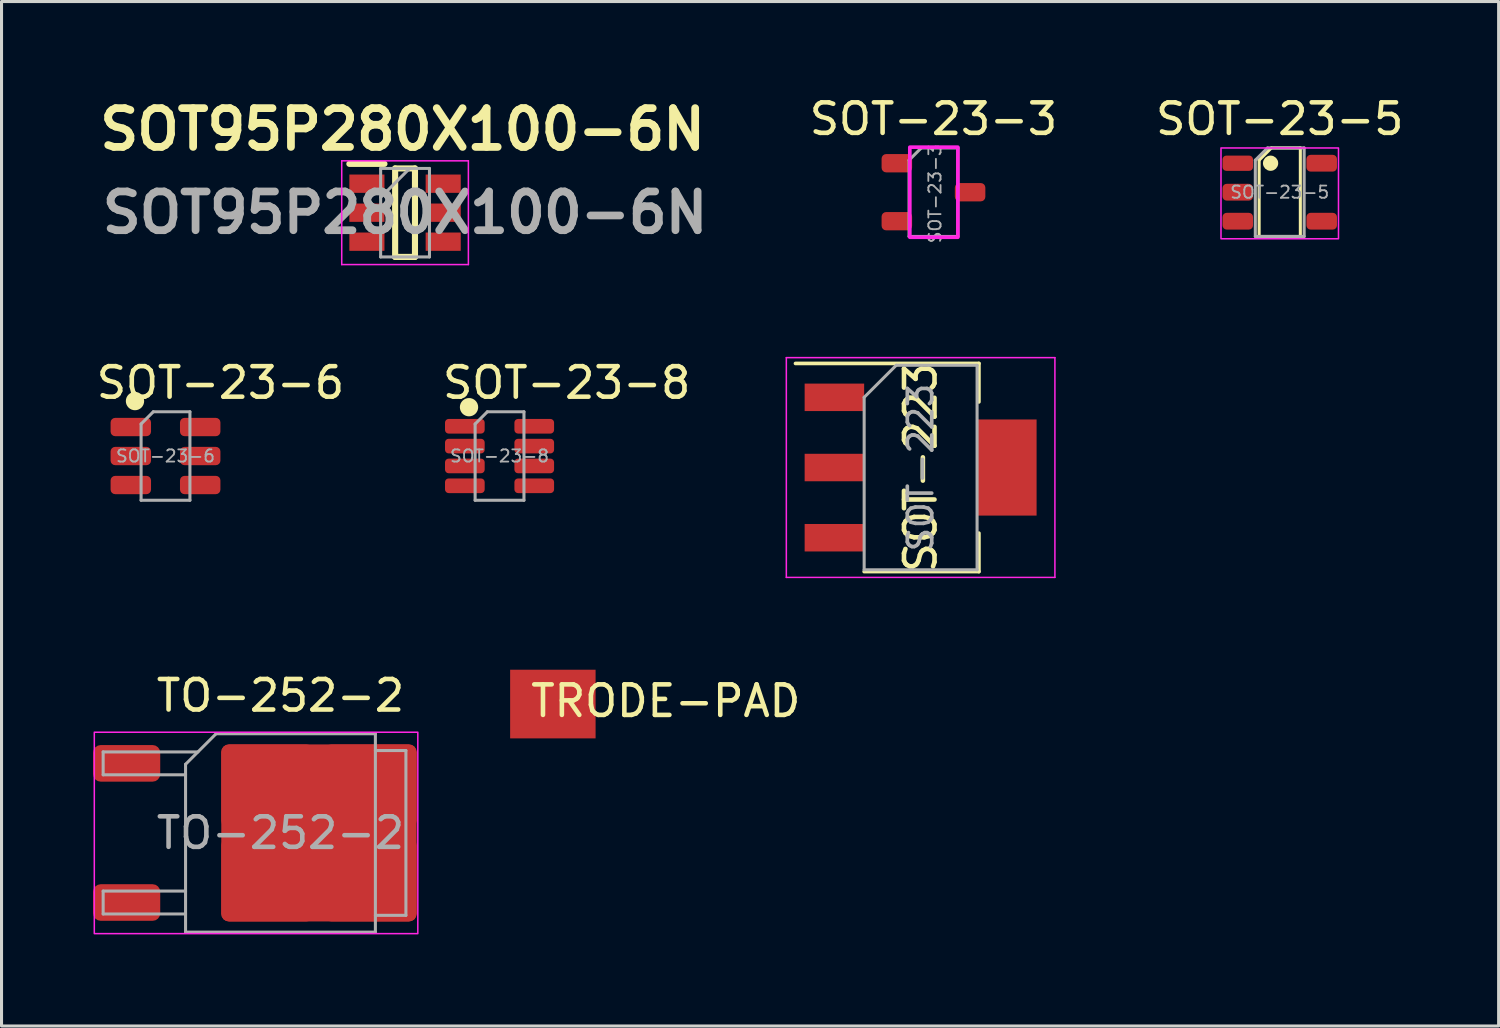
<source format=kicad_pcb>
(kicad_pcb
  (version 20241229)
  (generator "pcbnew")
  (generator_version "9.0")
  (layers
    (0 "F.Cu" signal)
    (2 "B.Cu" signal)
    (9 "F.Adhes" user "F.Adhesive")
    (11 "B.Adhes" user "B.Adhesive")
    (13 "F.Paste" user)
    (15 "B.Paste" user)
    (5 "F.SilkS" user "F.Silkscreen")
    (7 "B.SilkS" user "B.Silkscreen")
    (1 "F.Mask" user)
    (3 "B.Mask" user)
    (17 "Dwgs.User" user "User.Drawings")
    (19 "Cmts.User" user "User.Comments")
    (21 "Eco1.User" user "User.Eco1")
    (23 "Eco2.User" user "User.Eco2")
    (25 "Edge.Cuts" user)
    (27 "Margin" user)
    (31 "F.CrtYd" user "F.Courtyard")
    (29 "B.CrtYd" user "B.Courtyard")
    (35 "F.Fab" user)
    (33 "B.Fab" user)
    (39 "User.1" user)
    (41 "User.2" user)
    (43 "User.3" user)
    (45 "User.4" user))
  (footprint "TRODE-PAD"
    (layer "F.Cu")
    (at 15.065 20.019)
    (property "Reference" "TRODE-PAD" (at 3.7 -0.1 0) (unlocked yes) (layer "F.SilkS") (effects (font (size 1 1) (thickness 0.15))))
    (attr smd)
    (pad "1" smd rect (at 0 0) (size 2.8 2.25) (layers "F.Cu" "F.Mask" "F.Paste")))
  (footprint "SOT-23-6"
    (layer "F.Cu")
    (at 2.373 11.892)
    (property "Reference" "SOT-23-6" (at 1.8 -2.4 0) (layer "F.SilkS") (effects (font (size 1 1) (thickness 0.15))))
    (attr smd)
    (fp_circle (center -1 -1.8) (end -0.85 -1.8) (stroke (width 0.3) (type solid)) (fill no) (layer "F.SilkS"))
    (fp_line (start -0.8 -1.05) (end -0.4 -1.45) (stroke (width 0.1) (type solid)) (layer "F.Fab"))
    (fp_line (start -0.8 1.45) (end -0.8 -1.05) (stroke (width 0.1) (type solid)) (layer "F.Fab"))
    (fp_line (start -0.4 -1.45) (end 0.8 -1.45) (stroke (width 0.1) (type solid)) (layer "F.Fab"))
    (fp_line (start 0.8 -1.45) (end 0.8 1.45) (stroke (width 0.1) (type solid)) (layer "F.Fab"))
    (fp_line (start 0.8 1.45) (end -0.8 1.45) (stroke (width 0.1) (type solid)) (layer "F.Fab"))
    (fp_text user "${REFERENCE}" (at 0 0 0) (layer "F.Fab") (effects (font (size 0.4 0.4) (thickness 0.06))))
    (pad "1" smd roundrect (at -1.137 -0.95) (size 1.325 0.6) (layers "F.Cu" "F.Mask" "F.Paste") (roundrect_rratio 0.25))
    (pad "2" smd roundrect (at -1.137 0) (size 1.325 0.6) (layers "F.Cu" "F.Mask" "F.Paste") (roundrect_rratio 0.25))
    (pad "3" smd roundrect (at -1.137 0.95) (size 1.325 0.6) (layers "F.Cu" "F.Mask" "F.Paste") (roundrect_rratio 0.25))
    (pad "4" smd roundrect (at 1.137 0.95) (size 1.325 0.6) (layers "F.Cu" "F.Mask" "F.Paste") (roundrect_rratio 0.25))
    (pad "5" smd roundrect (at 1.137 0) (size 1.325 0.6) (layers "F.Cu" "F.Mask" "F.Paste") (roundrect_rratio 0.25))
    (pad "6" smd roundrect (at 1.137 -0.95) (size 1.325 0.6) (layers "F.Cu" "F.Mask" "F.Paste") (roundrect_rratio 0.25)))
  (footprint "SOT-223"
    (layer "F.Cu")
    (at 27.115 12.269)
    (property "Reference" "SOT-223" (at 0 0 90) (layer "F.SilkS") (effects (font (size 1 1) (thickness 0.15))))
    (attr smd)
    (fp_line (start -4.1 -3.41) (end 1.91 -3.41) (stroke (width 0.12) (type solid)) (layer "F.SilkS"))
    (fp_line (start -1.85 3.41) (end 1.91 3.41) (stroke (width 0.12) (type solid)) (layer "F.SilkS"))
    (fp_line (start 1.91 -3.41) (end 1.91 -2.15) (stroke (width 0.12) (type solid)) (layer "F.SilkS"))
    (fp_line (start 1.91 3.41) (end 1.91 2.15) (stroke (width 0.12) (type solid)) (layer "F.SilkS"))
    (fp_line (start -4.4 -3.6) (end -4.4 3.6) (stroke (width 0.05) (type solid)) (layer "F.CrtYd"))
    (fp_line (start -4.4 3.6) (end 4.4 3.6) (stroke (width 0.05) (type solid)) (layer "F.CrtYd"))
    (fp_line (start 4.4 -3.6) (end -4.4 -3.6) (stroke (width 0.05) (type solid)) (layer "F.CrtYd"))
    (fp_line (start 4.4 3.6) (end 4.4 -3.6) (stroke (width 0.05) (type solid)) (layer "F.CrtYd"))
    (fp_line (start -1.85 -2.3) (end -1.85 3.35) (stroke (width 0.1) (type solid)) (layer "F.Fab"))
    (fp_line (start -1.85 -2.3) (end -0.8 -3.35) (stroke (width 0.1) (type solid)) (layer "F.Fab"))
    (fp_line (start -1.85 3.35) (end 1.85 3.35) (stroke (width 0.1) (type solid)) (layer "F.Fab"))
    (fp_line (start -0.8 -3.35) (end 1.85 -3.35) (stroke (width 0.1) (type solid)) (layer "F.Fab"))
    (fp_line (start 1.85 -3.35) (end 1.85 3.35) (stroke (width 0.1) (type solid)) (layer "F.Fab"))
    (fp_text user "${REFERENCE}" (at 0 0 90) (layer "F.Fab") (effects (font (size 0.8 0.8) (thickness 0.12))))
    (pad "1" smd rect (at -2.825 -2.3) (size 1.95 0.9) (layers "F.Cu" "F.Mask" "F.Paste"))
    (pad "2" smd rect (at -2.825 0) (size 1.95 0.9) (layers "F.Cu" "F.Mask" "F.Paste"))
    (pad "2" smd rect (at 2.825 0) (size 1.95 3.15) (layers "F.Cu" "F.Mask" "F.Paste"))
    (pad "3" smd rect (at -2.825 2.3) (size 1.95 0.9) (layers "F.Cu" "F.Mask" "F.Paste")))
  (footprint "SOT95P280X100-6N"
    (layer "F.Cu")
    (at 10.222 3.919)
    (property "Reference" "SOT95P280X100-6N" (at -0.08 -2.73 0) (layer "F.SilkS") (effects (font (size 1.27 1.27) (thickness 0.254))))
    (attr smd)
    (fp_line (start -1.825 -1.6) (end -0.675 -1.6) (stroke (width 0.2) (type solid)) (layer "F.SilkS"))
    (fp_line (start -0.325 -1.45) (end 0.325 -1.45) (stroke (width 0.2) (type solid)) (layer "F.SilkS"))
    (fp_line (start -0.325 1.45) (end -0.325 -1.45) (stroke (width 0.2) (type solid)) (layer "F.SilkS"))
    (fp_line (start 0.325 -1.45) (end 0.325 1.45) (stroke (width 0.2) (type solid)) (layer "F.SilkS"))
    (fp_line (start 0.325 1.45) (end -0.325 1.45) (stroke (width 0.2) (type solid)) (layer "F.SilkS"))
    (fp_line (start -2.075 -1.7) (end 2.075 -1.7) (stroke (width 0.05) (type solid)) (layer "F.CrtYd"))
    (fp_line (start -2.075 1.7) (end -2.075 -1.7) (stroke (width 0.05) (type solid)) (layer "F.CrtYd"))
    (fp_line (start 2.075 -1.7) (end 2.075 1.7) (stroke (width 0.05) (type solid)) (layer "F.CrtYd"))
    (fp_line (start 2.075 1.7) (end -2.075 1.7) (stroke (width 0.05) (type solid)) (layer "F.CrtYd"))
    (fp_line (start -0.8 -1.45) (end 0.8 -1.45) (stroke (width 0.1) (type solid)) (layer "F.Fab"))
    (fp_line (start -0.8 -0.5) (end 0.15 -1.45) (stroke (width 0.1) (type solid)) (layer "F.Fab"))
    (fp_line (start -0.8 1.45) (end -0.8 -1.45) (stroke (width 0.1) (type solid)) (layer "F.Fab"))
    (fp_line (start 0.8 -1.45) (end 0.8 1.45) (stroke (width 0.1) (type solid)) (layer "F.Fab"))
    (fp_line (start 0.8 1.45) (end -0.8 1.45) (stroke (width 0.1) (type solid)) (layer "F.Fab"))
    (fp_text user "${REFERENCE}" (at 0 0 0) (layer "F.Fab") (effects (font (size 1.27 1.27) (thickness 0.254))))
    (pad "1" smd rect (at -1.25 -0.95 90) (size 0.6 1.15) (layers "F.Cu" "F.Mask" "F.Paste"))
    (pad "2" smd rect (at -1.25 0 90) (size 0.6 1.15) (layers "F.Cu" "F.Mask" "F.Paste"))
    (pad "3" smd rect (at -1.25 0.95 90) (size 0.6 1.15) (layers "F.Cu" "F.Mask" "F.Paste"))
    (pad "4" smd rect (at 1.25 0.95 90) (size 0.6 1.15) (layers "F.Cu" "F.Mask" "F.Paste"))
    (pad "5" smd rect (at 1.25 0 90) (size 0.6 1.15) (layers "F.Cu" "F.Mask" "F.Paste"))
    (pad "6" smd rect (at 1.25 -0.95 90) (size 0.6 1.15) (layers "F.Cu" "F.Mask" "F.Paste")))
  (footprint "TO-252-2"
    (layer "F.Cu")
    (at 6.14 24.242)
    (property "Reference" "TO-252-2" (at 0 -4.5 0) (layer "F.SilkS") (effects (font (size 1 1) (thickness 0.15))))
    (attr smd)
    (fp_rect (start -6.1 -3.3) (end 4.5 3.3) (stroke (width 0.05) (type default)) (fill no) (layer "F.CrtYd"))
    (fp_line (start -5.81 -2.655) (end -5.81 -1.905) (stroke (width 0.1) (type solid)) (layer "F.Fab"))
    (fp_line (start -5.81 -1.905) (end -3.11 -1.905) (stroke (width 0.1) (type solid)) (layer "F.Fab"))
    (fp_line (start -5.81 1.905) (end -5.81 2.655) (stroke (width 0.1) (type solid)) (layer "F.Fab"))
    (fp_line (start -5.81 2.655) (end -3.11 2.655) (stroke (width 0.1) (type solid)) (layer "F.Fab"))
    (fp_line (start -3.11 -2.25) (end -2.11 -3.25) (stroke (width 0.1) (type solid)) (layer "F.Fab"))
    (fp_line (start -3.11 1.905) (end -5.81 1.905) (stroke (width 0.1) (type solid)) (layer "F.Fab"))
    (fp_line (start -3.11 3.25) (end -3.11 -2.25) (stroke (width 0.1) (type solid)) (layer "F.Fab"))
    (fp_line (start -2.705 -2.655) (end -5.81 -2.655) (stroke (width 0.1) (type solid)) (layer "F.Fab"))
    (fp_line (start -2.11 -3.25) (end 3.11 -3.25) (stroke (width 0.1) (type solid)) (layer "F.Fab"))
    (fp_line (start 3.11 -3.25) (end 3.11 3.25) (stroke (width 0.1) (type solid)) (layer "F.Fab"))
    (fp_line (start 3.11 -2.7) (end 4.11 -2.7) (stroke (width 0.1) (type solid)) (layer "F.Fab"))
    (fp_line (start 3.11 3.25) (end -3.11 3.25) (stroke (width 0.1) (type solid)) (layer "F.Fab"))
    (fp_line (start 4.11 -2.7) (end 4.11 2.7) (stroke (width 0.1) (type solid)) (layer "F.Fab"))
    (fp_line (start 4.11 2.7) (end 3.11 2.7) (stroke (width 0.1) (type solid)) (layer "F.Fab"))
    (fp_text user "${REFERENCE}" (at 0 0 0) (layer "F.Fab") (effects (font (size 1 1) (thickness 0.15))))
    (pad "1" smd roundrect (at -5.04 -2.28) (size 2.2 1.2) (layers "F.Cu" "F.Mask" "F.Paste") (roundrect_rratio 0.208))
    (pad "2" smd roundrect (at -0.415 -1.525) (size 3.05 2.75) (layers "F.Cu" "F.Paste") (roundrect_rratio 0.091))
    (pad "2" smd roundrect (at -0.415 1.525) (size 3.05 2.75) (layers "F.Cu" "F.Paste") (roundrect_rratio 0.091))
    (pad "2" smd roundrect (at 1.26 0) (size 6.4 5.8) (layers "F.Cu" "F.Mask") (roundrect_rratio 0.043))
    (pad "2" smd roundrect (at 2.935 -1.525) (size 3.05 2.75) (layers "F.Cu" "F.Paste") (roundrect_rratio 0.091))
    (pad "2" smd roundrect (at 2.935 1.525) (size 3.05 2.75) (layers "F.Cu" "F.Paste") (roundrect_rratio 0.091))
    (pad "3" smd roundrect (at -5.04 2.28) (size 2.2 1.2) (layers "F.Cu" "F.Mask" "F.Paste") (roundrect_rratio 0.208)))
  (footprint "SOT-23-5"
    (layer "F.Cu")
    (at 38.882 3.248)
    (property "Reference" "SOT-23-5" (at 0 -2.4 0) (layer "F.SilkS") (effects (font (size 1 1) (thickness 0.15))))
    (attr smd)
    (fp_line (start -0.675 -1.05) (end -0.275 -1.45) (stroke (width 0.1) (type solid)) (layer "F.SilkS"))
    (fp_line (start -0.675 1.45) (end -0.675 -1.05) (stroke (width 0.1) (type solid)) (layer "F.SilkS"))
    (fp_line (start -0.275 -1.45) (end 0.675 -1.45) (stroke (width 0.1) (type solid)) (layer "F.SilkS"))
    (fp_line (start 0.675 -1.45) (end 0.675 1.45) (stroke (width 0.1) (type solid)) (layer "F.SilkS"))
    (fp_line (start 0.675 1.45) (end -0.675 1.45) (stroke (width 0.1) (type solid)) (layer "F.SilkS"))
    (fp_circle (center -0.3 -0.95) (end -0.175 -0.95) (stroke (width 0.25) (type default)) (fill no) (layer "F.SilkS"))
    (fp_rect (start -1.925 -1.45) (end 1.925 1.525) (stroke (width 0.05) (type default)) (fill no) (layer "F.CrtYd"))
    (fp_line (start -0.8 -1.05) (end -0.4 -1.45) (stroke (width 0.1) (type solid)) (layer "F.Fab"))
    (fp_line (start -0.8 1.45) (end -0.8 -1.05) (stroke (width 0.1) (type solid)) (layer "F.Fab"))
    (fp_line (start -0.4 -1.45) (end 0.8 -1.45) (stroke (width 0.1) (type solid)) (layer "F.Fab"))
    (fp_line (start 0.8 -1.45) (end 0.8 1.45) (stroke (width 0.1) (type solid)) (layer "F.Fab"))
    (fp_line (start 0.8 1.45) (end -0.8 1.45) (stroke (width 0.1) (type solid)) (layer "F.Fab"))
    (fp_text user "${REFERENCE}" (at 0 0 0) (layer "F.Fab") (effects (font (size 0.4 0.4) (thickness 0.06))))
    (pad "1" smd roundrect (at -1.375 -0.95) (size 1 0.5) (layers "F.Cu" "F.Mask" "F.Paste") (roundrect_rratio 0.25))
    (pad "2" smd roundrect (at -1.375 0) (size 1 0.55) (layers "F.Cu" "F.Mask" "F.Paste") (roundrect_rratio 0.25))
    (pad "3" smd roundrect (at -1.375 0.95) (size 1 0.55) (layers "F.Cu" "F.Mask" "F.Paste") (roundrect_rratio 0.25))
    (pad "4" smd roundrect (at 1.375 0.95) (size 1 0.55) (layers "F.Cu" "F.Mask" "F.Paste") (roundrect_rratio 0.25))
    (pad "5" smd roundrect (at 1.375 -0.95) (size 1 0.55) (layers "F.Cu" "F.Mask" "F.Paste") (roundrect_rratio 0.25)))
  (footprint "SOT-23-8"
    (layer "F.Cu")
    (at 13.318 11.892)
    (property "Reference" "SOT-23-8" (at 2.2 -2.4 0) (layer "F.SilkS") (effects (font (size 1 1) (thickness 0.15))))
    (attr smd)
    (fp_circle (center -1 -1.6) (end -0.85 -1.6) (stroke (width 0.3) (type solid)) (fill no) (layer "F.SilkS"))
    (fp_line (start -0.8 -1.05) (end -0.4 -1.45) (stroke (width 0.1) (type solid)) (layer "F.Fab"))
    (fp_line (start -0.8 1.45) (end -0.8 -1.05) (stroke (width 0.1) (type solid)) (layer "F.Fab"))
    (fp_line (start -0.4 -1.45) (end 0.8 -1.45) (stroke (width 0.1) (type solid)) (layer "F.Fab"))
    (fp_line (start 0.8 -1.45) (end 0.8 1.45) (stroke (width 0.1) (type solid)) (layer "F.Fab"))
    (fp_line (start 0.8 1.45) (end -0.8 1.45) (stroke (width 0.1) (type solid)) (layer "F.Fab"))
    (fp_text user "${REFERENCE}" (at 0 0 0) (layer "F.Fab") (effects (font (size 0.4 0.4) (thickness 0.06))))
    (pad "1" smd roundrect (at -1.137 -0.975) (size 1.3 0.48) (layers "F.Cu" "F.Mask" "F.Paste") (roundrect_rratio 0.25))
    (pad "2" smd roundrect (at -1.137 -0.325) (size 1.3 0.48) (layers "F.Cu" "F.Mask" "F.Paste") (roundrect_rratio 0.25))
    (pad "3" smd roundrect (at -1.137 0.325) (size 1.3 0.48) (layers "F.Cu" "F.Mask" "F.Paste") (roundrect_rratio 0.25))
    (pad "4" smd roundrect (at -1.137 0.975) (size 1.3 0.48) (layers "F.Cu" "F.Mask" "F.Paste") (roundrect_rratio 0.25))
    (pad "5" smd roundrect (at 1.137 0.975) (size 1.3 0.48) (layers "F.Cu" "F.Mask" "F.Paste") (roundrect_rratio 0.25))
    (pad "6" smd roundrect (at 1.137 0.325) (size 1.3 0.48) (layers "F.Cu" "F.Mask" "F.Paste") (roundrect_rratio 0.25))
    (pad "7" smd roundrect (at 1.137 -0.325) (size 1.3 0.48) (layers "F.Cu" "F.Mask" "F.Paste") (roundrect_rratio 0.25))
    (pad "8" smd roundrect (at 1.137 -0.975) (size 1.3 0.48) (layers "F.Cu" "F.Mask" "F.Paste") (roundrect_rratio 0.25)))
  (footprint "SOT-23-3"
    (layer "F.Cu")
    (at 27.536 3.248)
    (property "Reference" "SOT-23-3" (at 0 -2.4 0) (layer "F.SilkS") (effects (font (size 1 1) (thickness 0.15))))
    (attr smd)
    (fp_rect (start -0.775 -1.475) (end 0.8 1.475) (stroke (width 0.12) (type default)) (fill no) (layer "F.CrtYd"))
    (fp_line (start -0.8 -1.05) (end -0.4 -1.45) (stroke (width 0.1) (type solid)) (layer "F.Fab"))
    (fp_line (start -0.8 1.45) (end -0.8 -1.05) (stroke (width 0.1) (type solid)) (layer "F.Fab"))
    (fp_line (start -0.4 -1.45) (end 0.8 -1.45) (stroke (width 0.1) (type solid)) (layer "F.Fab"))
    (fp_line (start 0.8 -1.45) (end 0.8 1.45) (stroke (width 0.1) (type solid)) (layer "F.Fab"))
    (fp_line (start 0.8 1.45) (end -0.8 1.45) (stroke (width 0.1) (type solid)) (layer "F.Fab"))
    (fp_text user "${REFERENCE}" (at 0.05 0.05 90) (layer "F.Fab") (effects (font (size 0.4 0.4) (thickness 0.06))))
    (pad "1" smd roundrect (at -1.2 -0.95) (size 1 0.6) (layers "F.Cu" "F.Mask" "F.Paste") (roundrect_rratio 0.25))
    (pad "2" smd roundrect (at -1.2 0.95) (size 1 0.6) (layers "F.Cu" "F.Mask" "F.Paste") (roundrect_rratio 0.25))
    (pad "3" smd roundrect (at 1.2 0) (size 1 0.6) (layers "F.Cu" "F.Mask" "F.Paste") (roundrect_rratio 0.25)))
  (gr_rect
    (start -3 -3)
    (end 46.054 30.567)
    (stroke (width 0.1) (type default))
    (fill no)
    (layer "Edge.Cuts")))
</source>
